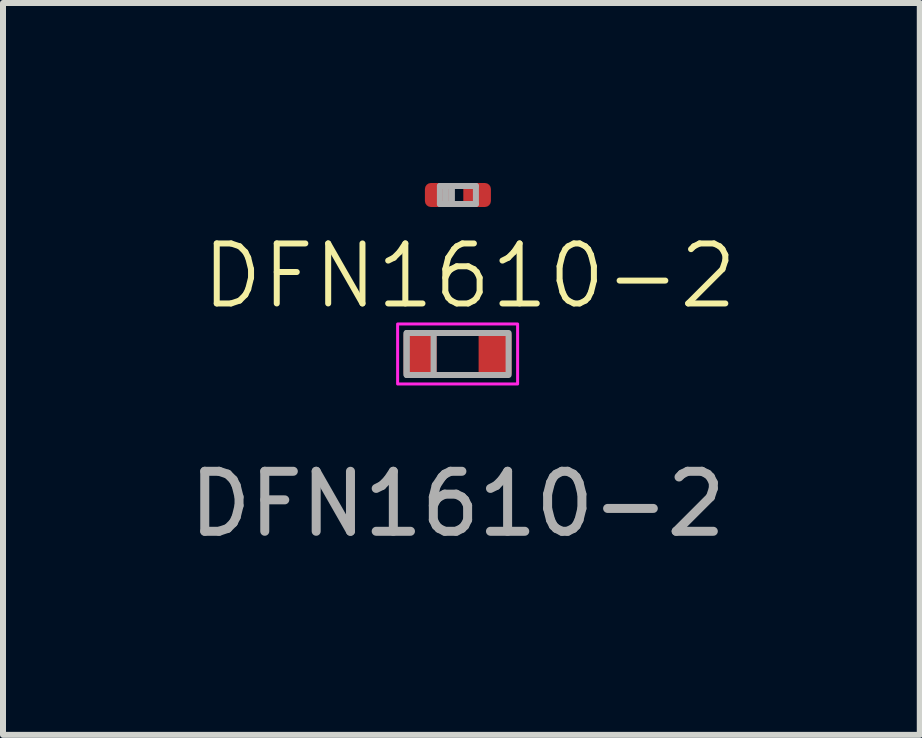
<source format=kicad_pcb>
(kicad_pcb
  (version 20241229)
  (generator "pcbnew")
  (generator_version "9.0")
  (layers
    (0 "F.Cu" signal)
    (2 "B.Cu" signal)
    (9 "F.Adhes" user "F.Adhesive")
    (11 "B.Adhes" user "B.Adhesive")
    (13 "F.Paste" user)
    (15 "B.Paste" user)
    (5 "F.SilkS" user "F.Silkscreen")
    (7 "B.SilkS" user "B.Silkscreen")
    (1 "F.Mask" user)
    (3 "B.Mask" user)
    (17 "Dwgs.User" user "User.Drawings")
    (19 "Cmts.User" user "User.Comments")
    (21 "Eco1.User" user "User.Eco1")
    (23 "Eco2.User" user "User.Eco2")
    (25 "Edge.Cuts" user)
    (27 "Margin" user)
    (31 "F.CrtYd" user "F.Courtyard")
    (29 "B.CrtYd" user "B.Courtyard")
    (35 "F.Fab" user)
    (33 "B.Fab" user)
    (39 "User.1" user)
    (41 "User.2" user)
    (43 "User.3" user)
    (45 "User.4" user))
  (footprint "DFN1610-2"
    (layer "F.Cu")
    (at 4.577 2.85)
    (property "Reference" "DFN1610-2" (at 0.2 -1.3 0) (unlocked yes) (layer "F.SilkS") (effects (font (size 1 1) (thickness 0.1))))
    (attr smd)
    (fp_rect (start -1 -0.5) (end 1 0.5) (stroke (width 0.05) (type solid)) (fill no) (layer "F.CrtYd"))
    (fp_line (start -0.295 -2.8) (end 0.305 -2.8) (stroke (width 0.1) (type solid)) (layer "F.Fab"))
    (fp_line (start -0.295 -2.5) (end -0.295 -2.8) (stroke (width 0.1) (type solid)) (layer "F.Fab"))
    (fp_line (start -0.195 -2.5) (end -0.195 -2.8) (stroke (width 0.1) (type solid)) (layer "F.Fab"))
    (fp_line (start -0.095 -2.5) (end -0.095 -2.8) (stroke (width 0.1) (type solid)) (layer "F.Fab"))
    (fp_line (start 0.305 -2.8) (end 0.305 -2.5) (stroke (width 0.1) (type solid)) (layer "F.Fab"))
    (fp_line (start 0.305 -2.5) (end -0.295 -2.5) (stroke (width 0.1) (type solid)) (layer "F.Fab"))
    (fp_rect (start -0.85 -0.35) (end -0.4 0.35) (stroke (width 0.1) (type solid)) (fill no) (layer "F.Fab"))
    (fp_rect (start -0.85 -0.35) (end 0.85 0.35) (stroke (width 0.1) (type default)) (fill no) (layer "F.Fab"))
    (fp_text user "${REFERENCE}" (at 0 2.5 0) (unlocked yes) (layer "F.Fab") (effects (font (size 1 1) (thickness 0.15))))
    (pad "" smd roundrect (at -0.34 -2.65) (size 0.318 0.36) (layers "F.Paste") (roundrect_rratio 0.25))
    (pad "" smd roundrect (at 0.35 -2.65) (size 0.318 0.36) (layers "F.Paste") (roundrect_rratio 0.25))
    (pad "1" smd roundrect (at -0.35 0) (size 0.55 0.8) (drill (offset -0.275 0)) (layers "F.Cu" "F.Mask" "F.Paste") (roundrect_rratio 0.15))
    (pad "1" smd roundrect (at -0.315 -2.65) (size 0.46 0.4) (layers "F.Cu" "F.Mask") (roundrect_rratio 0.25))
    (pad "2" smd roundrect (at 0.325 -2.65) (size 0.46 0.4) (layers "F.Cu" "F.Mask") (roundrect_rratio 0.25))
    (pad "2" smd roundrect (at 0.35 0) (size 0.55 0.8) (drill (offset 0.275 0)) (layers "F.Cu" "F.Mask" "F.Paste") (roundrect_rratio 0.15)))
  (gr_rect
    (start -3 -3)
    (end 12.28 9.198)
    (stroke (width 0.1) (type default))
    (fill no)
    (layer "Edge.Cuts")))
</source>
